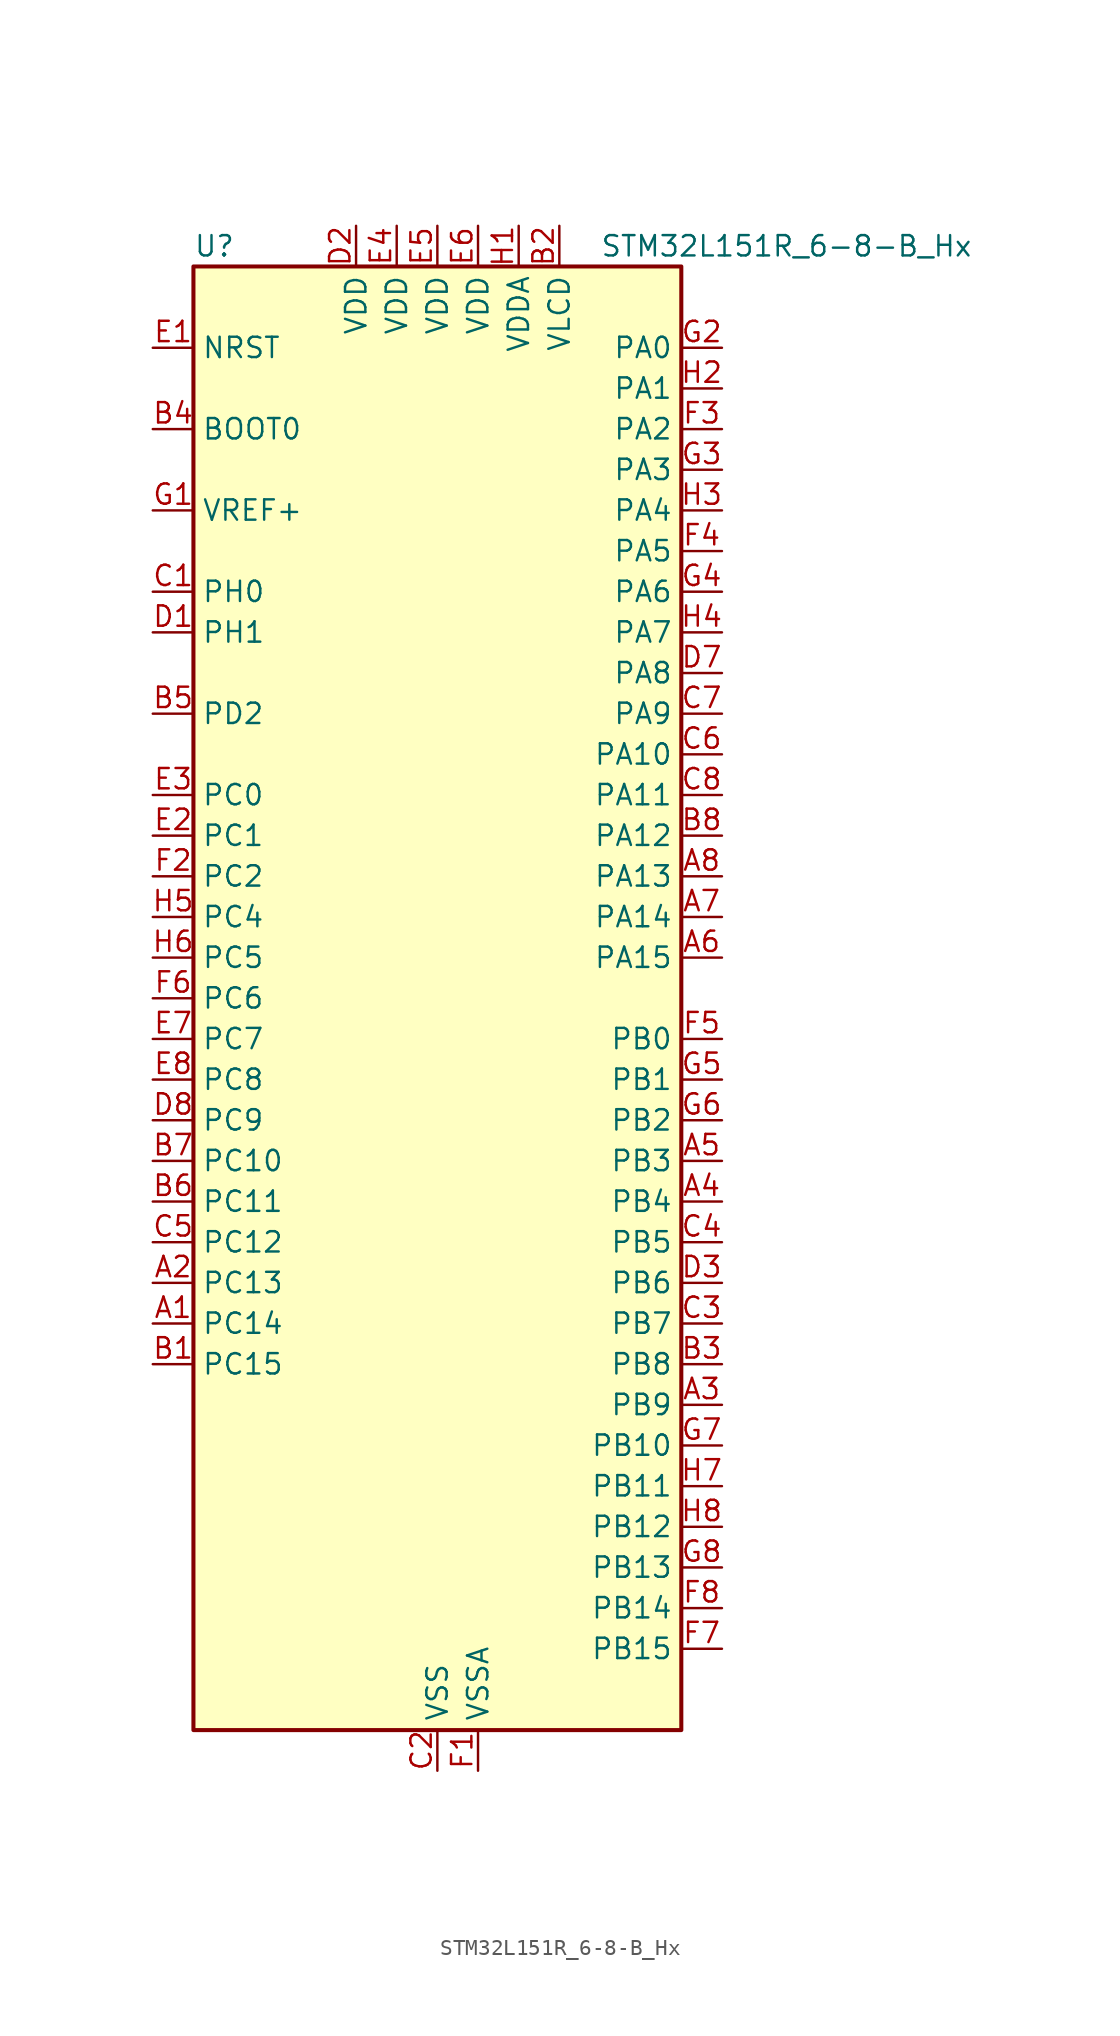
<source format=kicad_sym>
(kicad_symbol_lib
  (version 20241209)
  (generator "kicad_symbol_editor")
  (generator_version "9.0")
  (symbol "STM32L151R_6-8-B_Hx"
    (property "Reference" "U"
      (at -15.24 46.99 0)
      (effects (font (size 1.27 1.27)) (justify left)))
    (property "Value" "STM32L151R_6-8-B_Hx"
      (at 10.16 46.99 0)
      (effects (font (size 1.27 1.27)) (justify left)))
    (symbol "STM32L151R_6-8-B_Hx_0_1"
      (rectangle (start -15.24 -45.72) (end 15.24 45.72) (stroke (width 0.254) (type default)) (fill (type background))))
    (symbol "STM32L151R_6-8-B_Hx_1_1"
      (pin input line (at -17.78 40.64 0) (length 2.54) (name "NRST" (effects (font (size 1.27 1.27)))) (number "E1" (effects (font (size 1.27 1.27)))))
      (pin input line (at -17.78 35.56 0) (length 2.54) (name "BOOT0" (effects (font (size 1.27 1.27)))) (number "B4" (effects (font (size 1.27 1.27)))))
      (pin input line (at -17.78 30.48 0) (length 2.54) (name "VREF+" (effects (font (size 1.27 1.27)))) (number "G1" (effects (font (size 1.27 1.27)))))
      (pin bidirectional line (at -17.78 25.4 0) (length 2.54) (name "PH0" (effects (font (size 1.27 1.27)))) (number "C1" (effects (font (size 1.27 1.27)))) (alternate "RCC_OSC_IN" bidirectional line))
      (pin bidirectional line (at -17.78 22.86 0) (length 2.54) (name "PH1" (effects (font (size 1.27 1.27)))) (number "D1" (effects (font (size 1.27 1.27)))) (alternate "RCC_OSC_OUT" bidirectional line))
      (pin bidirectional line (at -17.78 17.78 0) (length 2.54) (name "PD2" (effects (font (size 1.27 1.27)))) (number "B5" (effects (font (size 1.27 1.27)))) (alternate "TIM3_ETR" bidirectional line) (alternate "TIMX_IC3" bidirectional line))
      (pin bidirectional line (at -17.78 12.7 0) (length 2.54) (name "PC0" (effects (font (size 1.27 1.27)))) (number "E3" (effects (font (size 1.27 1.27)))) (alternate "ADC_IN10" bidirectional line) (alternate "COMP1_INP" bidirectional line) (alternate "TIMX_IC1" bidirectional line) (alternate "TS_G8_IO1" bidirectional line))
      (pin bidirectional line (at -17.78 10.16 0) (length 2.54) (name "PC1" (effects (font (size 1.27 1.27)))) (number "E2" (effects (font (size 1.27 1.27)))) (alternate "ADC_IN11" bidirectional line) (alternate "COMP1_INP" bidirectional line) (alternate "TIMX_IC2" bidirectional line) (alternate "TS_G8_IO2" bidirectional line))
      (pin bidirectional line (at -17.78 7.62 0) (length 2.54) (name "PC2" (effects (font (size 1.27 1.27)))) (number "F2" (effects (font (size 1.27 1.27)))) (alternate "ADC_IN12" bidirectional line) (alternate "COMP1_INP" bidirectional line) (alternate "TIMX_IC3" bidirectional line) (alternate "TS_G8_IO3" bidirectional line))
      (pin bidirectional line (at -17.78 5.08 0) (length 2.54) (name "PC4" (effects (font (size 1.27 1.27)))) (number "H5" (effects (font (size 1.27 1.27)))) (alternate "ADC_IN14" bidirectional line) (alternate "COMP1_INP" bidirectional line) (alternate "TIMX_IC1" bidirectional line) (alternate "TS_G9_IO1" bidirectional line))
      (pin bidirectional line (at -17.78 2.54 0) (length 2.54) (name "PC5" (effects (font (size 1.27 1.27)))) (number "H6" (effects (font (size 1.27 1.27)))) (alternate "ADC_IN15" bidirectional line) (alternate "COMP1_INP" bidirectional line) (alternate "TIMX_IC2" bidirectional line) (alternate "TS_G9_IO2" bidirectional line))
      (pin bidirectional line (at -17.78 0 0) (length 2.54) (name "PC6" (effects (font (size 1.27 1.27)))) (number "F6" (effects (font (size 1.27 1.27)))) (alternate "TIM3_CH1" bidirectional line) (alternate "TIMX_IC3" bidirectional line) (alternate "TS_G10_IO1" bidirectional line))
      (pin bidirectional line (at -17.78 -2.54 0) (length 2.54) (name "PC7" (effects (font (size 1.27 1.27)))) (number "E7" (effects (font (size 1.27 1.27)))) (alternate "TIM3_CH2" bidirectional line) (alternate "TIMX_IC4" bidirectional line) (alternate "TS_G10_IO2" bidirectional line))
      (pin bidirectional line (at -17.78 -5.08 0) (length 2.54) (name "PC8" (effects (font (size 1.27 1.27)))) (number "E8" (effects (font (size 1.27 1.27)))) (alternate "TIM3_CH3" bidirectional line) (alternate "TIMX_IC1" bidirectional line) (alternate "TS_G10_IO3" bidirectional line))
      (pin bidirectional line (at -17.78 -7.62 0) (length 2.54) (name "PC9" (effects (font (size 1.27 1.27)))) (number "D8" (effects (font (size 1.27 1.27)))) (alternate "DAC_EXTI9" bidirectional line) (alternate "TIM3_CH4" bidirectional line) (alternate "TIMX_IC2" bidirectional line) (alternate "TS_G10_IO4" bidirectional line))
      (pin bidirectional line (at -17.78 -10.16 0) (length 2.54) (name "PC10" (effects (font (size 1.27 1.27)))) (number "B7" (effects (font (size 1.27 1.27)))) (alternate "TIMX_IC3" bidirectional line) (alternate "USART3_TX" bidirectional line))
      (pin bidirectional line (at -17.78 -12.7 0) (length 2.54) (name "PC11" (effects (font (size 1.27 1.27)))) (number "B6" (effects (font (size 1.27 1.27)))) (alternate "ADC_EXTI11" bidirectional line) (alternate "TIMX_IC4" bidirectional line) (alternate "USART3_RX" bidirectional line))
      (pin bidirectional line (at -17.78 -15.24 0) (length 2.54) (name "PC12" (effects (font (size 1.27 1.27)))) (number "C5" (effects (font (size 1.27 1.27)))) (alternate "TIMX_IC1" bidirectional line) (alternate "USART3_CK" bidirectional line))
      (pin bidirectional line (at -17.78 -17.78 0) (length 2.54) (name "PC13" (effects (font (size 1.27 1.27)))) (number "A2" (effects (font (size 1.27 1.27)))) (alternate "RTC_OUT_ALARM" bidirectional line) (alternate "RTC_OUT_CALIB" bidirectional line) (alternate "RTC_TAMP1" bidirectional line) (alternate "RTC_TS" bidirectional line) (alternate "SYS_WKUP2" bidirectional line) (alternate "TIMX_IC2" bidirectional line))
      (pin bidirectional line (at -17.78 -20.32 0) (length 2.54) (name "PC14" (effects (font (size 1.27 1.27)))) (number "A1" (effects (font (size 1.27 1.27)))) (alternate "RCC_OSC32_IN" bidirectional line) (alternate "TIMX_IC3" bidirectional line))
      (pin bidirectional line (at -17.78 -22.86 0) (length 2.54) (name "PC15" (effects (font (size 1.27 1.27)))) (number "B1" (effects (font (size 1.27 1.27)))) (alternate "ADC_EXTI15" bidirectional line) (alternate "RCC_OSC32_OUT" bidirectional line) (alternate "TIMX_IC4" bidirectional line))
      (pin power_in line (at -5.08 48.26 270) (length 2.54) (name "VDD" (effects (font (size 1.27 1.27)))) (number "D2" (effects (font (size 1.27 1.27)))))
      (pin power_in line (at -2.54 48.26 270) (length 2.54) (name "VDD" (effects (font (size 1.27 1.27)))) (number "E4" (effects (font (size 1.27 1.27)))))
      (pin power_in line (at 0 48.26 270) (length 2.54) (name "VDD" (effects (font (size 1.27 1.27)))) (number "E5" (effects (font (size 1.27 1.27)))))
      (pin power_in line (at 0 -48.26 90) (length 2.54) (name "VSS" (effects (font (size 1.27 1.27)))) (number "C2" (effects (font (size 1.27 1.27)))))
      (pin passive line (at 0 -48.26 90) (length 2.54) (hide yes) (name "VSS" (effects (font (size 1.27 1.27)))) (number "D4" (effects (font (size 1.27 1.27)))))
      (pin passive line (at 0 -48.26 90) (length 2.54) (hide yes) (name "VSS" (effects (font (size 1.27 1.27)))) (number "D5" (effects (font (size 1.27 1.27)))))
      (pin passive line (at 0 -48.26 90) (length 2.54) (hide yes) (name "VSS" (effects (font (size 1.27 1.27)))) (number "D6" (effects (font (size 1.27 1.27)))))
      (pin power_in line (at 2.54 48.26 270) (length 2.54) (name "VDD" (effects (font (size 1.27 1.27)))) (number "E6" (effects (font (size 1.27 1.27)))))
      (pin power_in line (at 2.54 -48.26 90) (length 2.54) (name "VSSA" (effects (font (size 1.27 1.27)))) (number "F1" (effects (font (size 1.27 1.27)))))
      (pin power_in line (at 5.08 48.26 270) (length 2.54) (name "VDDA" (effects (font (size 1.27 1.27)))) (number "H1" (effects (font (size 1.27 1.27)))))
      (pin power_in line (at 7.62 48.26 270) (length 2.54) (name "VLCD" (effects (font (size 1.27 1.27)))) (number "B2" (effects (font (size 1.27 1.27)))))
      (pin bidirectional line (at 17.78 40.64 180) (length 2.54) (name "PA0" (effects (font (size 1.27 1.27)))) (number "G2" (effects (font (size 1.27 1.27)))) (alternate "ADC_IN0" bidirectional line) (alternate "COMP1_INP" bidirectional line) (alternate "SYS_WKUP1" bidirectional line) (alternate "TIM2_CH1" bidirectional line) (alternate "TIM2_ETR" bidirectional line) (alternate "TIMX_IC1" bidirectional line) (alternate "TS_G1_IO1" bidirectional line) (alternate "USART2_CTS" bidirectional line))
      (pin bidirectional line (at 17.78 38.1 180) (length 2.54) (name "PA1" (effects (font (size 1.27 1.27)))) (number "H2" (effects (font (size 1.27 1.27)))) (alternate "ADC_IN1" bidirectional line) (alternate "COMP1_INP" bidirectional line) (alternate "TIM2_CH2" bidirectional line) (alternate "TIMX_IC2" bidirectional line) (alternate "TS_G1_IO2" bidirectional line) (alternate "USART2_RTS" bidirectional line))
      (pin bidirectional line (at 17.78 35.56 180) (length 2.54) (name "PA2" (effects (font (size 1.27 1.27)))) (number "F3" (effects (font (size 1.27 1.27)))) (alternate "ADC_IN2" bidirectional line) (alternate "COMP1_INP" bidirectional line) (alternate "TIM2_CH3" bidirectional line) (alternate "TIM9_CH1" bidirectional line) (alternate "TIMX_IC3" bidirectional line) (alternate "TS_G1_IO3" bidirectional line) (alternate "USART2_TX" bidirectional line))
      (pin bidirectional line (at 17.78 33.02 180) (length 2.54) (name "PA3" (effects (font (size 1.27 1.27)))) (number "G3" (effects (font (size 1.27 1.27)))) (alternate "ADC_IN3" bidirectional line) (alternate "COMP1_INP" bidirectional line) (alternate "TIM2_CH4" bidirectional line) (alternate "TIM9_CH2" bidirectional line) (alternate "TIMX_IC4" bidirectional line) (alternate "TS_G1_IO4" bidirectional line) (alternate "USART2_RX" bidirectional line))
      (pin bidirectional line (at 17.78 30.48 180) (length 2.54) (name "PA4" (effects (font (size 1.27 1.27)))) (number "H3" (effects (font (size 1.27 1.27)))) (alternate "ADC_IN4" bidirectional line) (alternate "COMP1_INP" bidirectional line) (alternate "DAC_OUT1" bidirectional line) (alternate "SPI1_NSS" bidirectional line) (alternate "TIMX_IC1" bidirectional line) (alternate "USART2_CK" bidirectional line))
      (pin bidirectional line (at 17.78 27.94 180) (length 2.54) (name "PA5" (effects (font (size 1.27 1.27)))) (number "F4" (effects (font (size 1.27 1.27)))) (alternate "ADC_IN5" bidirectional line) (alternate "COMP1_INP" bidirectional line) (alternate "DAC_OUT2" bidirectional line) (alternate "SPI1_SCK" bidirectional line) (alternate "TIM2_CH1" bidirectional line) (alternate "TIM2_ETR" bidirectional line) (alternate "TIMX_IC2" bidirectional line))
      (pin bidirectional line (at 17.78 25.4 180) (length 2.54) (name "PA6" (effects (font (size 1.27 1.27)))) (number "G4" (effects (font (size 1.27 1.27)))) (alternate "ADC_IN6" bidirectional line) (alternate "COMP1_INP" bidirectional line) (alternate "SPI1_MISO" bidirectional line) (alternate "TIM10_CH1" bidirectional line) (alternate "TIM3_CH1" bidirectional line) (alternate "TIMX_IC3" bidirectional line) (alternate "TS_G2_IO1" bidirectional line))
      (pin bidirectional line (at 17.78 22.86 180) (length 2.54) (name "PA7" (effects (font (size 1.27 1.27)))) (number "H4" (effects (font (size 1.27 1.27)))) (alternate "ADC_IN7" bidirectional line) (alternate "COMP1_INP" bidirectional line) (alternate "SPI1_MOSI" bidirectional line) (alternate "TIM11_CH1" bidirectional line) (alternate "TIM3_CH2" bidirectional line) (alternate "TIMX_IC4" bidirectional line) (alternate "TS_G2_IO2" bidirectional line))
      (pin bidirectional line (at 17.78 20.32 180) (length 2.54) (name "PA8" (effects (font (size 1.27 1.27)))) (number "D7" (effects (font (size 1.27 1.27)))) (alternate "RCC_MCO" bidirectional line) (alternate "TIMX_IC1" bidirectional line) (alternate "TS_G4_IO1" bidirectional line) (alternate "USART1_CK" bidirectional line))
      (pin bidirectional line (at 17.78 17.78 180) (length 2.54) (name "PA9" (effects (font (size 1.27 1.27)))) (number "C7" (effects (font (size 1.27 1.27)))) (alternate "DAC_EXTI9" bidirectional line) (alternate "TIMX_IC2" bidirectional line) (alternate "TS_G4_IO2" bidirectional line) (alternate "USART1_TX" bidirectional line))
      (pin bidirectional line (at 17.78 15.24 180) (length 2.54) (name "PA10" (effects (font (size 1.27 1.27)))) (number "C6" (effects (font (size 1.27 1.27)))) (alternate "TIMX_IC3" bidirectional line) (alternate "TS_G4_IO3" bidirectional line) (alternate "USART1_RX" bidirectional line))
      (pin bidirectional line (at 17.78 12.7 180) (length 2.54) (name "PA11" (effects (font (size 1.27 1.27)))) (number "C8" (effects (font (size 1.27 1.27)))) (alternate "ADC_EXTI11" bidirectional line) (alternate "SPI1_MISO" bidirectional line) (alternate "TIMX_IC4" bidirectional line) (alternate "USART1_CTS" bidirectional line) (alternate "USB_DM" bidirectional line))
      (pin bidirectional line (at 17.78 10.16 180) (length 2.54) (name "PA12" (effects (font (size 1.27 1.27)))) (number "B8" (effects (font (size 1.27 1.27)))) (alternate "SPI1_MOSI" bidirectional line) (alternate "TIMX_IC1" bidirectional line) (alternate "USART1_RTS" bidirectional line) (alternate "USB_DP" bidirectional line))
      (pin bidirectional line (at 17.78 7.62 180) (length 2.54) (name "PA13" (effects (font (size 1.27 1.27)))) (number "A8" (effects (font (size 1.27 1.27)))) (alternate "SYS_JTMS-SWDIO" bidirectional line) (alternate "TIMX_IC2" bidirectional line) (alternate "TS_G5_IO1" bidirectional line))
      (pin bidirectional line (at 17.78 5.08 180) (length 2.54) (name "PA14" (effects (font (size 1.27 1.27)))) (number "A7" (effects (font (size 1.27 1.27)))) (alternate "SYS_JTCK-SWCLK" bidirectional line) (alternate "TIMX_IC3" bidirectional line) (alternate "TS_G5_IO2" bidirectional line))
      (pin bidirectional line (at 17.78 2.54 180) (length 2.54) (name "PA15" (effects (font (size 1.27 1.27)))) (number "A6" (effects (font (size 1.27 1.27)))) (alternate "ADC_EXTI15" bidirectional line) (alternate "SPI1_NSS" bidirectional line) (alternate "SYS_JTDI" bidirectional line) (alternate "TIM2_CH1" bidirectional line) (alternate "TIM2_ETR" bidirectional line) (alternate "TIMX_IC4" bidirectional line) (alternate "TS_G5_IO3" bidirectional line))
      (pin bidirectional line (at 17.78 -2.54 180) (length 2.54) (name "PB0" (effects (font (size 1.27 1.27)))) (number "F5" (effects (font (size 1.27 1.27)))) (alternate "ADC_IN8" bidirectional line) (alternate "COMP1_INP" bidirectional line) (alternate "SYS_V_REF_OUT" bidirectional line) (alternate "TIM3_CH3" bidirectional line) (alternate "TS_G3_IO1" bidirectional line))
      (pin bidirectional line (at 17.78 -5.08 180) (length 2.54) (name "PB1" (effects (font (size 1.27 1.27)))) (number "G5" (effects (font (size 1.27 1.27)))) (alternate "ADC_IN9" bidirectional line) (alternate "COMP1_INP" bidirectional line) (alternate "SYS_V_REF_OUT" bidirectional line) (alternate "TIM3_CH4" bidirectional line) (alternate "TS_G3_IO2" bidirectional line))
      (pin bidirectional line (at 17.78 -7.62 180) (length 2.54) (name "PB2" (effects (font (size 1.27 1.27)))) (number "G6" (effects (font (size 1.27 1.27)))))
      (pin bidirectional line (at 17.78 -10.16 180) (length 2.54) (name "PB3" (effects (font (size 1.27 1.27)))) (number "A5" (effects (font (size 1.27 1.27)))) (alternate "COMP2_INM" bidirectional line) (alternate "SPI1_SCK" bidirectional line) (alternate "SYS_JTDO-TRACESWO" bidirectional line) (alternate "TIM2_CH2" bidirectional line))
      (pin bidirectional line (at 17.78 -12.7 180) (length 2.54) (name "PB4" (effects (font (size 1.27 1.27)))) (number "A4" (effects (font (size 1.27 1.27)))) (alternate "COMP2_INP" bidirectional line) (alternate "SPI1_MISO" bidirectional line) (alternate "SYS_JTRST" bidirectional line) (alternate "TIM3_CH1" bidirectional line) (alternate "TS_G6_IO1" bidirectional line))
      (pin bidirectional line (at 17.78 -15.24 180) (length 2.54) (name "PB5" (effects (font (size 1.27 1.27)))) (number "C4" (effects (font (size 1.27 1.27)))) (alternate "COMP2_INP" bidirectional line) (alternate "I2C1_SMBA" bidirectional line) (alternate "SPI1_MOSI" bidirectional line) (alternate "TIM3_CH2" bidirectional line) (alternate "TS_G6_IO2" bidirectional line))
      (pin bidirectional line (at 17.78 -17.78 180) (length 2.54) (name "PB6" (effects (font (size 1.27 1.27)))) (number "D3" (effects (font (size 1.27 1.27)))) (alternate "I2C1_SCL" bidirectional line) (alternate "TIM4_CH1" bidirectional line) (alternate "USART1_TX" bidirectional line))
      (pin bidirectional line (at 17.78 -20.32 180) (length 2.54) (name "PB7" (effects (font (size 1.27 1.27)))) (number "C3" (effects (font (size 1.27 1.27)))) (alternate "I2C1_SDA" bidirectional line) (alternate "SYS_PVD_IN" bidirectional line) (alternate "TIM4_CH2" bidirectional line) (alternate "USART1_RX" bidirectional line))
      (pin bidirectional line (at 17.78 -22.86 180) (length 2.54) (name "PB8" (effects (font (size 1.27 1.27)))) (number "B3" (effects (font (size 1.27 1.27)))) (alternate "I2C1_SCL" bidirectional line) (alternate "TIM10_CH1" bidirectional line) (alternate "TIM4_CH3" bidirectional line))
      (pin bidirectional line (at 17.78 -25.4 180) (length 2.54) (name "PB9" (effects (font (size 1.27 1.27)))) (number "A3" (effects (font (size 1.27 1.27)))) (alternate "DAC_EXTI9" bidirectional line) (alternate "I2C1_SDA" bidirectional line) (alternate "TIM11_CH1" bidirectional line) (alternate "TIM4_CH4" bidirectional line))
      (pin bidirectional line (at 17.78 -27.94 180) (length 2.54) (name "PB10" (effects (font (size 1.27 1.27)))) (number "G7" (effects (font (size 1.27 1.27)))) (alternate "I2C2_SCL" bidirectional line) (alternate "TIM2_CH3" bidirectional line) (alternate "USART3_TX" bidirectional line))
      (pin bidirectional line (at 17.78 -30.48 180) (length 2.54) (name "PB11" (effects (font (size 1.27 1.27)))) (number "H7" (effects (font (size 1.27 1.27)))) (alternate "ADC_EXTI11" bidirectional line) (alternate "I2C2_SDA" bidirectional line) (alternate "TIM2_CH4" bidirectional line) (alternate "USART3_RX" bidirectional line))
      (pin bidirectional line (at 17.78 -33.02 180) (length 2.54) (name "PB12" (effects (font (size 1.27 1.27)))) (number "H8" (effects (font (size 1.27 1.27)))) (alternate "ADC_IN18" bidirectional line) (alternate "COMP1_INP" bidirectional line) (alternate "I2C2_SMBA" bidirectional line) (alternate "SPI2_NSS" bidirectional line) (alternate "TIM10_CH1" bidirectional line) (alternate "TS_G7_IO1" bidirectional line) (alternate "USART3_CK" bidirectional line))
      (pin bidirectional line (at 17.78 -35.56 180) (length 2.54) (name "PB13" (effects (font (size 1.27 1.27)))) (number "G8" (effects (font (size 1.27 1.27)))) (alternate "ADC_IN19" bidirectional line) (alternate "COMP1_INP" bidirectional line) (alternate "SPI2_SCK" bidirectional line) (alternate "TIM9_CH1" bidirectional line) (alternate "TS_G7_IO2" bidirectional line) (alternate "USART3_CTS" bidirectional line))
      (pin bidirectional line (at 17.78 -38.1 180) (length 2.54) (name "PB14" (effects (font (size 1.27 1.27)))) (number "F8" (effects (font (size 1.27 1.27)))) (alternate "ADC_IN20" bidirectional line) (alternate "COMP1_INP" bidirectional line) (alternate "SPI2_MISO" bidirectional line) (alternate "TIM9_CH2" bidirectional line) (alternate "TS_G7_IO3" bidirectional line) (alternate "USART3_RTS" bidirectional line))
      (pin bidirectional line (at 17.78 -40.64 180) (length 2.54) (name "PB15" (effects (font (size 1.27 1.27)))) (number "F7" (effects (font (size 1.27 1.27)))) (alternate "ADC_EXTI15" bidirectional line) (alternate "ADC_IN21" bidirectional line) (alternate "COMP1_INP" bidirectional line) (alternate "RTC_REFIN" bidirectional line) (alternate "SPI2_MOSI" bidirectional line) (alternate "TIM11_CH1" bidirectional line) (alternate "TS_G7_IO4" bidirectional line)))))
</source>
